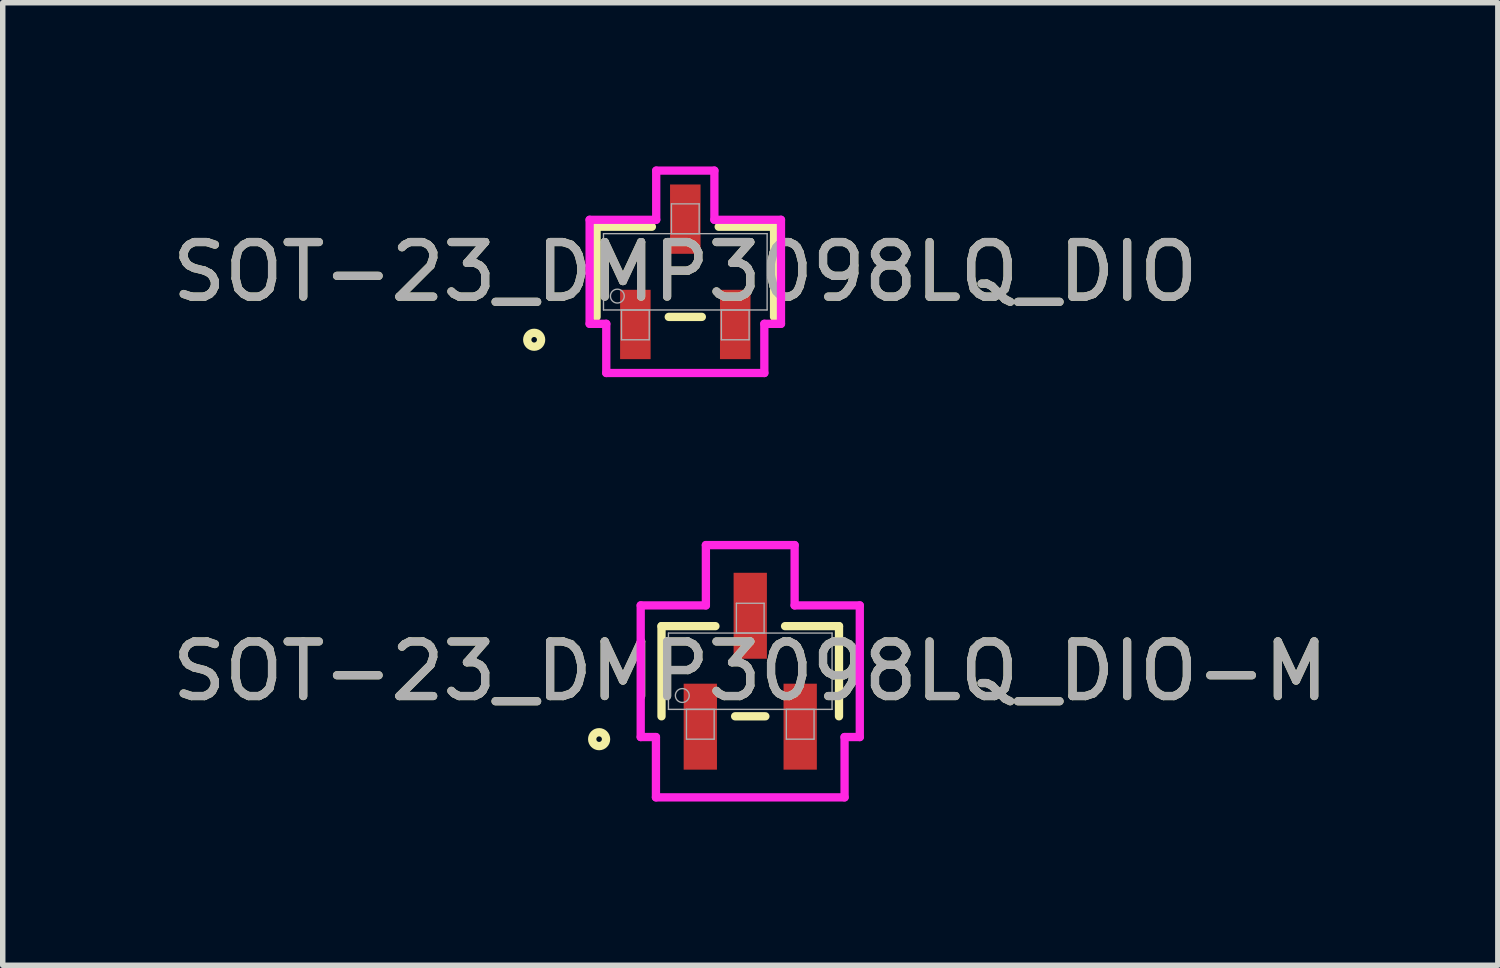
<source format=kicad_pcb>
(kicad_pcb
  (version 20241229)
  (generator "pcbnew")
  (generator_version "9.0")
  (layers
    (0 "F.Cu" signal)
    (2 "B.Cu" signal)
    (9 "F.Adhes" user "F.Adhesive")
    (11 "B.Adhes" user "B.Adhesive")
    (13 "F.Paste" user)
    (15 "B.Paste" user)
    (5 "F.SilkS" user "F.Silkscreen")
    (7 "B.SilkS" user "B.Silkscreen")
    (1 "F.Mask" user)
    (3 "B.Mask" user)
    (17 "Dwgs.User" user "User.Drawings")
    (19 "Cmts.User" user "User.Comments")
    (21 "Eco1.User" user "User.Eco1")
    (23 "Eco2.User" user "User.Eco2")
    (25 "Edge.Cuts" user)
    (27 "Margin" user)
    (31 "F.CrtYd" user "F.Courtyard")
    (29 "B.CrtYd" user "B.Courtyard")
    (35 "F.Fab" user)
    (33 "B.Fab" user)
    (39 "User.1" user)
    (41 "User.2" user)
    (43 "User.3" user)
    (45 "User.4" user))
  (footprint "SOT-23_DMP3098LQ_DIO"
    (layer "F.Cu")
    (at 9.506 1.93)
    (property "Reference" "SOT-23_DMP3098LQ_DIO" (at 0 0 0) (unlocked yes) (layer "F.SilkS") (effects (font (size 1 1) (thickness 0.15))))
    (attr smd)
    (fp_line (start -1.626 -0.826) (end -1.626 0.826) (stroke (width 0.152) (type solid)) (layer "F.SilkS"))
    (fp_line (start -0.612 -0.826) (end -1.626 -0.826) (stroke (width 0.152) (type solid)) (layer "F.SilkS"))
    (fp_line (start -0.303 0.826) (end 0.303 0.826) (stroke (width 0.152) (type solid)) (layer "F.SilkS"))
    (fp_line (start 1.626 -0.826) (end 0.612 -0.826) (stroke (width 0.152) (type solid)) (layer "F.SilkS"))
    (fp_line (start 1.626 0.826) (end 1.626 -0.826) (stroke (width 0.152) (type solid)) (layer "F.SilkS"))
    (fp_circle (center -2.769 1.245) (end -2.642 1.245) (stroke (width 0.152) (type solid)) (fill no) (layer "F.SilkS"))
    (fp_line (start -1.753 -0.953) (end -0.533 -0.953) (stroke (width 0.152) (type solid)) (layer "F.CrtYd"))
    (fp_line (start -1.753 0.953) (end -1.753 -0.953) (stroke (width 0.152) (type solid)) (layer "F.CrtYd"))
    (fp_line (start -1.753 0.953) (end -1.448 0.953) (stroke (width 0.152) (type solid)) (layer "F.CrtYd"))
    (fp_line (start -1.448 0.953) (end -1.448 1.854) (stroke (width 0.152) (type solid)) (layer "F.CrtYd"))
    (fp_line (start -1.448 1.854) (end 1.448 1.854) (stroke (width 0.152) (type solid)) (layer "F.CrtYd"))
    (fp_line (start -0.533 -1.854) (end 0.533 -1.854) (stroke (width 0.152) (type solid)) (layer "F.CrtYd"))
    (fp_line (start -0.533 -0.953) (end -0.533 -1.854) (stroke (width 0.152) (type solid)) (layer "F.CrtYd"))
    (fp_line (start 0.533 -0.953) (end 0.533 -1.854) (stroke (width 0.152) (type solid)) (layer "F.CrtYd"))
    (fp_line (start 1.448 0.953) (end 1.448 1.854) (stroke (width 0.152) (type solid)) (layer "F.CrtYd"))
    (fp_line (start 1.753 -0.953) (end 0.533 -0.953) (stroke (width 0.152) (type solid)) (layer "F.CrtYd"))
    (fp_line (start 1.753 -0.953) (end 1.753 0.953) (stroke (width 0.152) (type solid)) (layer "F.CrtYd"))
    (fp_line (start 1.753 0.953) (end 1.448 0.953) (stroke (width 0.152) (type solid)) (layer "F.CrtYd"))
    (fp_line (start -1.499 -0.699) (end -1.499 0.699) (stroke (width 0.025) (type solid)) (layer "F.Fab"))
    (fp_line (start -1.499 0.699) (end 1.499 0.699) (stroke (width 0.025) (type solid)) (layer "F.Fab"))
    (fp_line (start -1.169 0.699) (end -1.169 1.245) (stroke (width 0.025) (type solid)) (layer "F.Fab"))
    (fp_line (start -1.169 1.245) (end -0.661 1.245) (stroke (width 0.025) (type solid)) (layer "F.Fab"))
    (fp_line (start -0.661 0.699) (end -1.169 0.699) (stroke (width 0.025) (type solid)) (layer "F.Fab"))
    (fp_line (start -0.661 1.245) (end -0.661 0.699) (stroke (width 0.025) (type solid)) (layer "F.Fab"))
    (fp_line (start -0.254 -1.245) (end -0.254 -0.699) (stroke (width 0.025) (type solid)) (layer "F.Fab"))
    (fp_line (start -0.254 -0.699) (end 0.254 -0.699) (stroke (width 0.025) (type solid)) (layer "F.Fab"))
    (fp_line (start 0.254 -1.245) (end -0.254 -1.245) (stroke (width 0.025) (type solid)) (layer "F.Fab"))
    (fp_line (start 0.254 -0.699) (end 0.254 -1.245) (stroke (width 0.025) (type solid)) (layer "F.Fab"))
    (fp_line (start 0.661 0.699) (end 0.661 1.245) (stroke (width 0.025) (type solid)) (layer "F.Fab"))
    (fp_line (start 0.661 1.245) (end 1.169 1.245) (stroke (width 0.025) (type solid)) (layer "F.Fab"))
    (fp_line (start 1.169 0.699) (end 0.661 0.699) (stroke (width 0.025) (type solid)) (layer "F.Fab"))
    (fp_line (start 1.169 1.245) (end 1.169 0.699) (stroke (width 0.025) (type solid)) (layer "F.Fab"))
    (fp_line (start 1.499 -0.699) (end -1.499 -0.699) (stroke (width 0.025) (type solid)) (layer "F.Fab"))
    (fp_line (start 1.499 0.699) (end 1.499 -0.699) (stroke (width 0.025) (type solid)) (layer "F.Fab"))
    (fp_circle (center -1.245 0.445) (end -1.118 0.445) (stroke (width 0.025) (type solid)) (fill no) (layer "F.Fab"))
    (fp_text user "${REFERENCE}" (at 0 0 0) (unlocked yes) (layer "F.Fab") (effects (font (size 1 1) (thickness 0.15))))
    (pad "1" smd rect (at -0.915 0.965) (size 0.559 1.27) (layers "F.Cu" "F.Mask" "F.Paste"))
    (pad "2" smd rect (at 0.915 0.965) (size 0.559 1.27) (layers "F.Cu" "F.Mask" "F.Paste"))
    (pad "3" smd rect (at 0 -0.965) (size 0.559 1.27) (layers "F.Cu" "F.Mask" "F.Paste")))
  (footprint "SOT-23_DMP3098LQ_DIO-M"
    (layer "F.Cu")
    (at 10.696 9.248)
    (property "Reference" "SOT-23_DMP3098LQ_DIO-M" (at 0 0 0) (unlocked yes) (layer "F.SilkS") (effects (font (size 1 1) (thickness 0.15))))
    (attr smd)
    (fp_line (start -1.626 -0.826) (end -1.626 0.826) (stroke (width 0.152) (type solid)) (layer "F.SilkS"))
    (fp_line (start -0.638 -0.826) (end -1.626 -0.826) (stroke (width 0.152) (type solid)) (layer "F.SilkS"))
    (fp_line (start -0.277 0.826) (end 0.277 0.826) (stroke (width 0.152) (type solid)) (layer "F.SilkS"))
    (fp_line (start 1.626 -0.826) (end 0.638 -0.826) (stroke (width 0.152) (type solid)) (layer "F.SilkS"))
    (fp_line (start 1.626 0.826) (end 1.626 -0.826) (stroke (width 0.152) (type solid)) (layer "F.SilkS"))
    (fp_circle (center -2.769 1.245) (end -2.642 1.245) (stroke (width 0.152) (type solid)) (fill no) (layer "F.SilkS"))
    (fp_line (start -2.007 -1.206) (end -0.813 -1.206) (stroke (width 0.152) (type solid)) (layer "F.CrtYd"))
    (fp_line (start -2.007 1.206) (end -2.007 -1.206) (stroke (width 0.152) (type solid)) (layer "F.CrtYd"))
    (fp_line (start -2.007 1.206) (end -1.728 1.206) (stroke (width 0.152) (type solid)) (layer "F.CrtYd"))
    (fp_line (start -1.728 1.206) (end -1.728 2.311) (stroke (width 0.152) (type solid)) (layer "F.CrtYd"))
    (fp_line (start -1.728 2.311) (end 1.728 2.311) (stroke (width 0.152) (type solid)) (layer "F.CrtYd"))
    (fp_line (start -0.813 -2.311) (end 0.813 -2.311) (stroke (width 0.152) (type solid)) (layer "F.CrtYd"))
    (fp_line (start -0.813 -1.206) (end -0.813 -2.311) (stroke (width 0.152) (type solid)) (layer "F.CrtYd"))
    (fp_line (start 0.813 -1.206) (end 0.813 -2.311) (stroke (width 0.152) (type solid)) (layer "F.CrtYd"))
    (fp_line (start 1.728 1.206) (end 1.728 2.311) (stroke (width 0.152) (type solid)) (layer "F.CrtYd"))
    (fp_line (start 2.007 -1.206) (end 0.813 -1.206) (stroke (width 0.152) (type solid)) (layer "F.CrtYd"))
    (fp_line (start 2.007 -1.206) (end 2.007 1.206) (stroke (width 0.152) (type solid)) (layer "F.CrtYd"))
    (fp_line (start 2.007 1.206) (end 1.728 1.206) (stroke (width 0.152) (type solid)) (layer "F.CrtYd"))
    (fp_line (start -1.499 -0.699) (end -1.499 0.699) (stroke (width 0.025) (type solid)) (layer "F.Fab"))
    (fp_line (start -1.499 0.699) (end 1.499 0.699) (stroke (width 0.025) (type solid)) (layer "F.Fab"))
    (fp_line (start -1.169 0.699) (end -1.169 1.245) (stroke (width 0.025) (type solid)) (layer "F.Fab"))
    (fp_line (start -1.169 1.245) (end -0.661 1.245) (stroke (width 0.025) (type solid)) (layer "F.Fab"))
    (fp_line (start -0.661 0.699) (end -1.169 0.699) (stroke (width 0.025) (type solid)) (layer "F.Fab"))
    (fp_line (start -0.661 1.245) (end -0.661 0.699) (stroke (width 0.025) (type solid)) (layer "F.Fab"))
    (fp_line (start -0.254 -1.245) (end -0.254 -0.699) (stroke (width 0.025) (type solid)) (layer "F.Fab"))
    (fp_line (start -0.254 -0.699) (end 0.254 -0.699) (stroke (width 0.025) (type solid)) (layer "F.Fab"))
    (fp_line (start 0.254 -1.245) (end -0.254 -1.245) (stroke (width 0.025) (type solid)) (layer "F.Fab"))
    (fp_line (start 0.254 -0.699) (end 0.254 -1.245) (stroke (width 0.025) (type solid)) (layer "F.Fab"))
    (fp_line (start 0.661 0.699) (end 0.661 1.245) (stroke (width 0.025) (type solid)) (layer "F.Fab"))
    (fp_line (start 0.661 1.245) (end 1.169 1.245) (stroke (width 0.025) (type solid)) (layer "F.Fab"))
    (fp_line (start 1.169 0.699) (end 0.661 0.699) (stroke (width 0.025) (type solid)) (layer "F.Fab"))
    (fp_line (start 1.169 1.245) (end 1.169 0.699) (stroke (width 0.025) (type solid)) (layer "F.Fab"))
    (fp_line (start 1.499 -0.699) (end -1.499 -0.699) (stroke (width 0.025) (type solid)) (layer "F.Fab"))
    (fp_line (start 1.499 0.699) (end 1.499 -0.699) (stroke (width 0.025) (type solid)) (layer "F.Fab"))
    (fp_circle (center -1.245 0.445) (end -1.118 0.445) (stroke (width 0.025) (type solid)) (fill no) (layer "F.Fab"))
    (fp_text user "${REFERENCE}" (at 0 0 0) (unlocked yes) (layer "F.Fab") (effects (font (size 1 1) (thickness 0.15))))
    (pad "1" smd rect (at -0.915 1.016) (size 0.61 1.575) (layers "F.Cu" "F.Mask" "F.Paste"))
    (pad "2" smd rect (at 0.915 1.016) (size 0.61 1.575) (layers "F.Cu" "F.Mask" "F.Paste"))
    (pad "3" smd rect (at 0 -1.016) (size 0.61 1.575) (layers "F.Cu" "F.Mask" "F.Paste")))
  (gr_rect
    (start -3 -3)
    (end 24.393 14.636)
    (stroke (width 0.1) (type default))
    (fill no)
    (layer "Edge.Cuts")))
</source>
